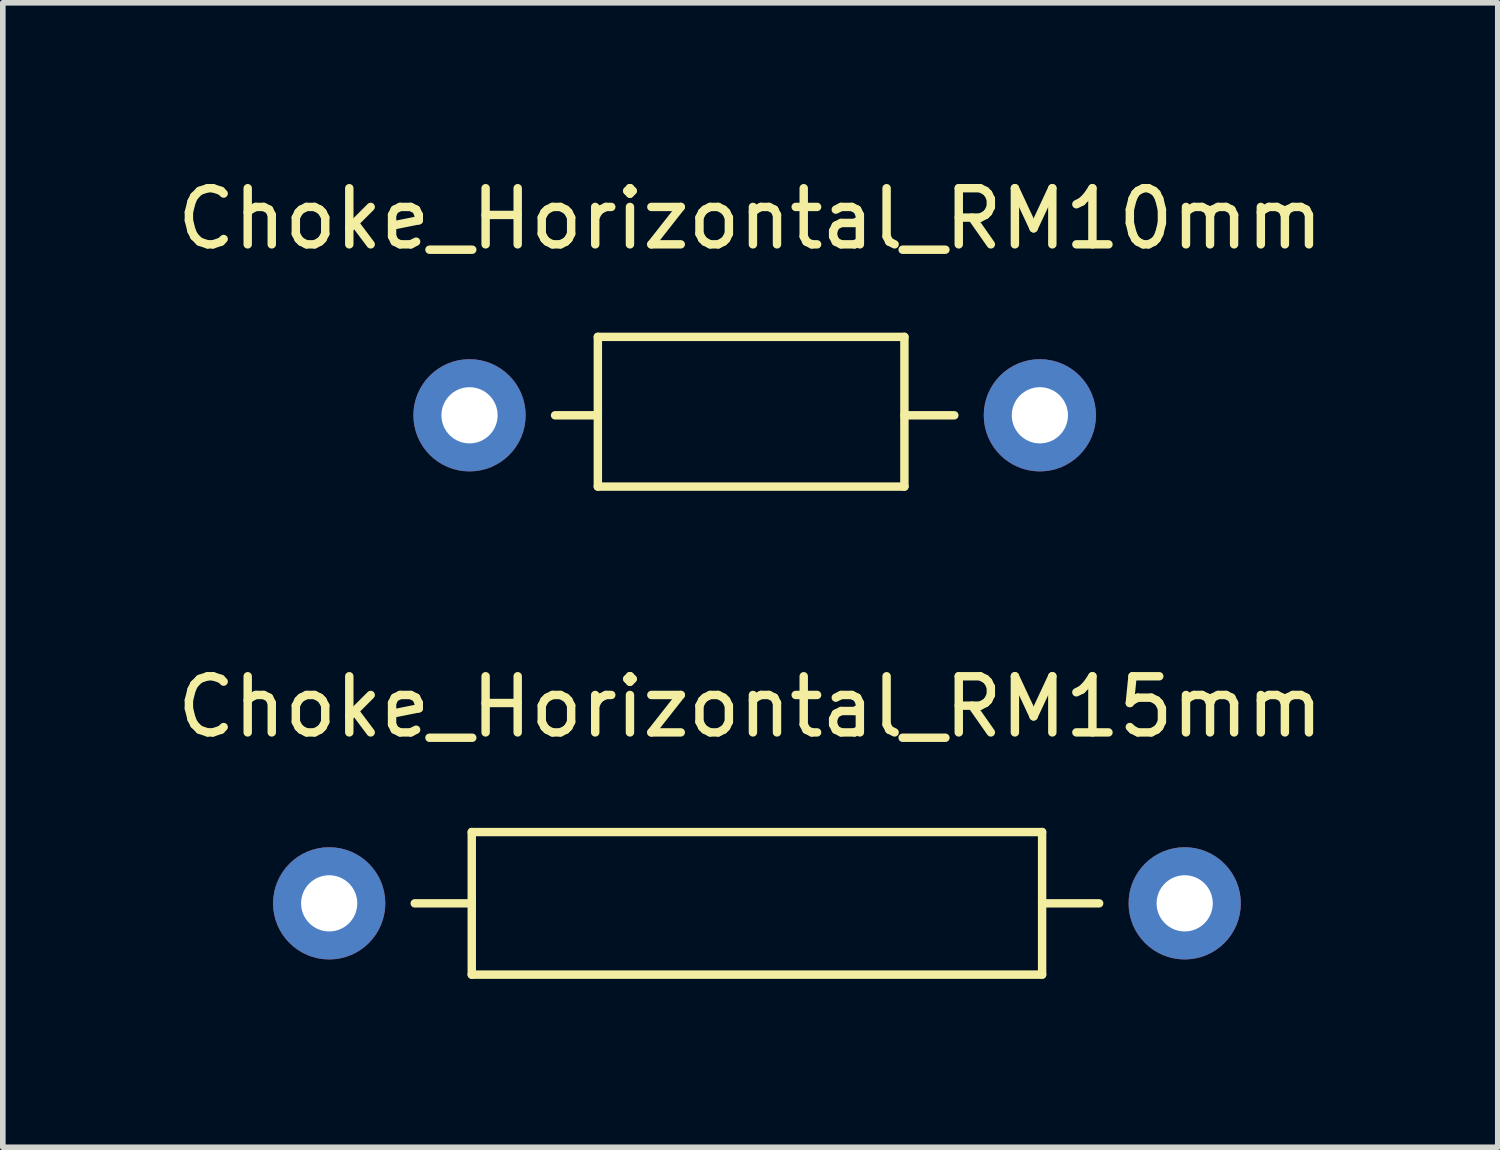
<source format=kicad_pcb>
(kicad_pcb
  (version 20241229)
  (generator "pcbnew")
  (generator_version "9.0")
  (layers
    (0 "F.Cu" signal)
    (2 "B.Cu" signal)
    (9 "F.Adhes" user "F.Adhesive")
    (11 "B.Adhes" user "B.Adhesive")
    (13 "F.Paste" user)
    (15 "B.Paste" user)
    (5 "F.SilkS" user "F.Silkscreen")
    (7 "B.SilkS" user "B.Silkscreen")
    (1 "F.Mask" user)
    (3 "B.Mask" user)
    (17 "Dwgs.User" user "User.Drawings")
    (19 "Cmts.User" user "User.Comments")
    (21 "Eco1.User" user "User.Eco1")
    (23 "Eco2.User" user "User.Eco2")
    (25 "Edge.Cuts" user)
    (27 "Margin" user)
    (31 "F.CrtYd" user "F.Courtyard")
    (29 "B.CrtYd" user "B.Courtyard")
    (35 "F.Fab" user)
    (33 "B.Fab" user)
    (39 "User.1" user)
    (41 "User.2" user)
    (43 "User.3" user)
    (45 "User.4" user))
  (footprint "Choke_Horizontal_RM15mm"
    (layer "F.Cu")
    (at 10.315 13.042)
    (property "Reference" "Choke_Horizontal_RM15mm" (at 0 -3.5 0) (layer "F.SilkS") (effects (font (size 1 1) (thickness 0.15))))
    (attr through_hole)
    (fp_line (start -4.961 -1.27) (end 5.199 -1.27) (stroke (width 0.15) (type solid)) (layer "F.SilkS"))
    (fp_line (start -4.961 0) (end -5.977 0) (stroke (width 0.15) (type solid)) (layer "F.SilkS"))
    (fp_line (start -4.961 1.27) (end -4.961 -1.27) (stroke (width 0.15) (type solid)) (layer "F.SilkS"))
    (fp_line (start 5.199 -1.27) (end 5.199 1.27) (stroke (width 0.15) (type solid)) (layer "F.SilkS"))
    (fp_line (start 5.199 0) (end 6.215 0) (stroke (width 0.15) (type solid)) (layer "F.SilkS"))
    (fp_line (start 5.199 1.27) (end -4.961 1.27) (stroke (width 0.15) (type solid)) (layer "F.SilkS"))
    (pad "1" thru_hole circle (at -7.501 0) (size 1.999 1.999) (drill 1.001) (layers "*.Cu" "*.Mask"))
    (pad "2" thru_hole circle (at 7.739 0) (size 1.999 1.999) (drill 1.001) (layers "*.Cu" "*.Mask")))
  (footprint "Choke_Horizontal_RM10mm"
    (layer "F.Cu")
    (at 10.315 4.348)
    (property "Reference" "Choke_Horizontal_RM10mm" (at 0 -3.5 0) (layer "F.SilkS") (effects (font (size 1 1) (thickness 0.15))))
    (attr through_hole)
    (fp_line (start -2.715 -1.397) (end 2.746 -1.397) (stroke (width 0.15) (type solid)) (layer "F.SilkS"))
    (fp_line (start -2.715 0) (end -3.477 0) (stroke (width 0.15) (type solid)) (layer "F.SilkS"))
    (fp_line (start -2.715 1.27) (end -2.715 -1.397) (stroke (width 0.15) (type solid)) (layer "F.SilkS"))
    (fp_line (start 2.746 -1.397) (end 2.746 1.27) (stroke (width 0.15) (type solid)) (layer "F.SilkS"))
    (fp_line (start 2.746 0) (end 3.635 0) (stroke (width 0.15) (type solid)) (layer "F.SilkS"))
    (fp_line (start 2.746 1.27) (end -2.715 1.27) (stroke (width 0.15) (type solid)) (layer "F.SilkS"))
    (pad "1" thru_hole circle (at -5.001 0) (size 1.999 1.999) (drill 1.001) (layers "*.Cu" "*.Mask"))
    (pad "2" thru_hole circle (at 5.159 0) (size 1.999 1.999) (drill 1.001) (layers "*.Cu" "*.Mask")))
  (gr_rect
    (start -3 -3)
    (end 23.631 17.387)
    (stroke (width 0.1) (type default))
    (fill no)
    (layer "Edge.Cuts")))
</source>
